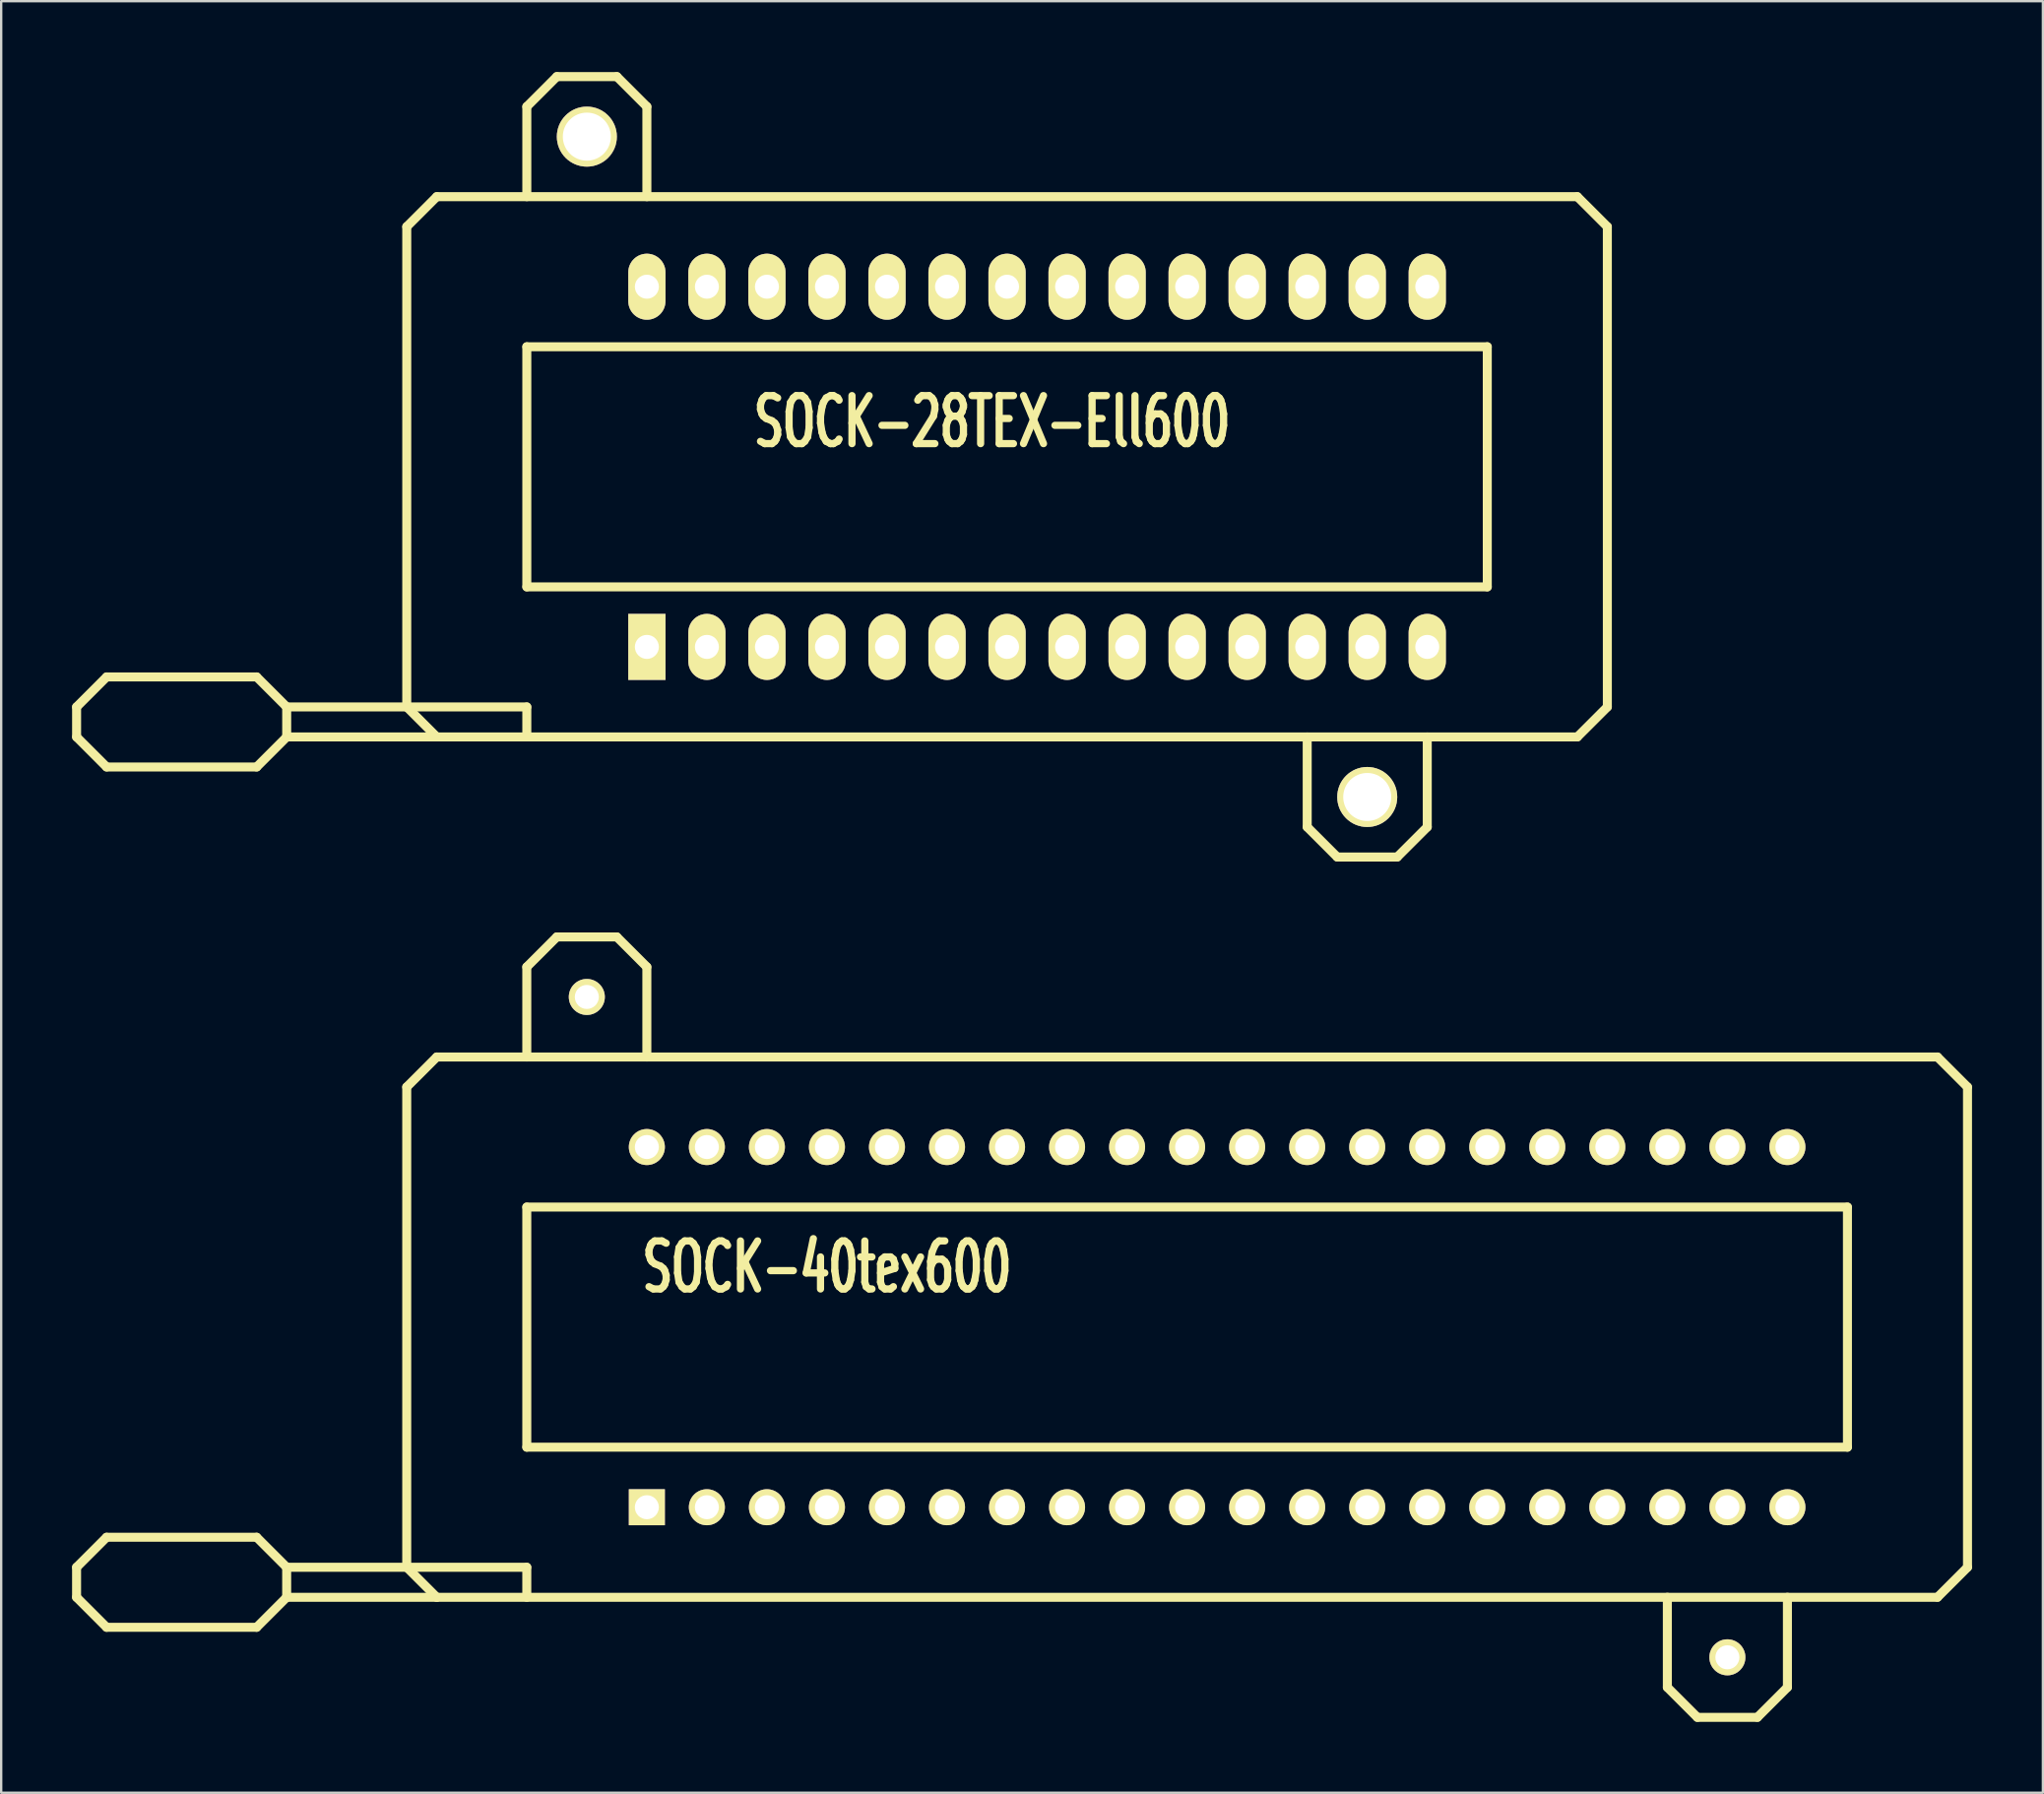
<source format=kicad_pcb>
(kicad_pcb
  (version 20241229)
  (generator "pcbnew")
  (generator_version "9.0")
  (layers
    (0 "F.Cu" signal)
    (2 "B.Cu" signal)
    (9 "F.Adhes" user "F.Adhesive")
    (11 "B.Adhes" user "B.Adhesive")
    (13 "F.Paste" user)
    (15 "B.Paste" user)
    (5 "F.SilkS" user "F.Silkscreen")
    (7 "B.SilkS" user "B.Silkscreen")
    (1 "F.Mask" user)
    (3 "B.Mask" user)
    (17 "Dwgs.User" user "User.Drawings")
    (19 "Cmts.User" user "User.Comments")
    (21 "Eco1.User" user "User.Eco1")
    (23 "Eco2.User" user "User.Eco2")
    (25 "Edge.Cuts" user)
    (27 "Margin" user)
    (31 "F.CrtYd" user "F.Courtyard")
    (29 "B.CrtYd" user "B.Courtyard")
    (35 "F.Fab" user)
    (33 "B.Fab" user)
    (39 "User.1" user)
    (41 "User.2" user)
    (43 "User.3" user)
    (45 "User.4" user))
  (footprint "SOCK-40tex600"
    (layer "F.Cu")
    (at 48.45 53.102)
    (property "Reference" "SOCK-40tex600" (at -16.51 -2.54 0) (layer "F.SilkS") (effects (font (size 2.032 1.27) (thickness 0.305))))
    (attr through_hole)
    (fp_line (start -48.26 10.16) (end -48.26 11.43) (stroke (width 0.381) (type solid)) (layer "F.SilkS"))
    (fp_line (start -48.26 11.43) (end -46.99 12.7) (stroke (width 0.381) (type solid)) (layer "F.SilkS"))
    (fp_line (start -46.99 8.89) (end -48.26 10.16) (stroke (width 0.381) (type solid)) (layer "F.SilkS"))
    (fp_line (start -46.99 12.7) (end -40.64 12.7) (stroke (width 0.381) (type solid)) (layer "F.SilkS"))
    (fp_line (start -40.64 8.89) (end -46.99 8.89) (stroke (width 0.381) (type solid)) (layer "F.SilkS"))
    (fp_line (start -40.64 12.7) (end -39.37 11.43) (stroke (width 0.381) (type solid)) (layer "F.SilkS"))
    (fp_line (start -39.37 10.16) (end -40.64 8.89) (stroke (width 0.381) (type solid)) (layer "F.SilkS"))
    (fp_line (start -39.37 10.16) (end -29.21 10.16) (stroke (width 0.381) (type solid)) (layer "F.SilkS"))
    (fp_line (start -39.37 11.43) (end -39.37 10.16) (stroke (width 0.381) (type solid)) (layer "F.SilkS"))
    (fp_line (start -39.37 11.43) (end -33.02 11.43) (stroke (width 0.381) (type solid)) (layer "F.SilkS"))
    (fp_line (start -34.29 -10.16) (end -33.02 -11.43) (stroke (width 0.381) (type solid)) (layer "F.SilkS"))
    (fp_line (start -34.29 10.16) (end -34.29 -10.16) (stroke (width 0.381) (type solid)) (layer "F.SilkS"))
    (fp_line (start -33.02 -11.43) (end 30.48 -11.43) (stroke (width 0.381) (type solid)) (layer "F.SilkS"))
    (fp_line (start -33.02 11.43) (end -34.29 10.16) (stroke (width 0.381) (type solid)) (layer "F.SilkS"))
    (fp_line (start -29.21 -15.24) (end -29.21 -11.43) (stroke (width 0.381) (type solid)) (layer "F.SilkS"))
    (fp_line (start -29.21 -5.08) (end 26.67 -5.08) (stroke (width 0.381) (type solid)) (layer "F.SilkS"))
    (fp_line (start -29.21 5.08) (end -29.21 -5.08) (stroke (width 0.381) (type solid)) (layer "F.SilkS"))
    (fp_line (start -29.21 10.16) (end -29.21 11.43) (stroke (width 0.381) (type solid)) (layer "F.SilkS"))
    (fp_line (start -27.94 -16.51) (end -29.21 -15.24) (stroke (width 0.381) (type solid)) (layer "F.SilkS"))
    (fp_line (start -25.4 -16.51) (end -27.94 -16.51) (stroke (width 0.381) (type solid)) (layer "F.SilkS"))
    (fp_line (start -24.13 -15.24) (end -25.4 -16.51) (stroke (width 0.381) (type solid)) (layer "F.SilkS"))
    (fp_line (start -24.13 -11.43) (end -24.13 -15.24) (stroke (width 0.381) (type solid)) (layer "F.SilkS"))
    (fp_line (start 19.05 15.24) (end 19.05 11.43) (stroke (width 0.381) (type solid)) (layer "F.SilkS"))
    (fp_line (start 20.32 16.51) (end 19.05 15.24) (stroke (width 0.381) (type solid)) (layer "F.SilkS"))
    (fp_line (start 22.86 16.51) (end 20.32 16.51) (stroke (width 0.381) (type solid)) (layer "F.SilkS"))
    (fp_line (start 24.13 11.43) (end 24.13 15.24) (stroke (width 0.381) (type solid)) (layer "F.SilkS"))
    (fp_line (start 24.13 15.24) (end 22.86 16.51) (stroke (width 0.381) (type solid)) (layer "F.SilkS"))
    (fp_line (start 26.67 -5.08) (end 26.67 5.08) (stroke (width 0.381) (type solid)) (layer "F.SilkS"))
    (fp_line (start 26.67 5.08) (end -29.21 5.08) (stroke (width 0.381) (type solid)) (layer "F.SilkS"))
    (fp_line (start 30.48 -11.43) (end 31.75 -10.16) (stroke (width 0.381) (type solid)) (layer "F.SilkS"))
    (fp_line (start 30.48 11.43) (end -33.02 11.43) (stroke (width 0.381) (type solid)) (layer "F.SilkS"))
    (fp_line (start 31.75 -10.16) (end 31.75 10.16) (stroke (width 0.381) (type solid)) (layer "F.SilkS"))
    (fp_line (start 31.75 10.16) (end 30.48 11.43) (stroke (width 0.381) (type solid)) (layer "F.SilkS"))
    (pad "1" thru_hole rect (at -24.13 7.62) (size 1.524 1.524) (drill 1.016) (layers "*.Cu" "*.Mask" "F.SilkS"))
    (pad "2" thru_hole circle (at -21.59 7.62) (size 1.524 1.524) (drill 1.016) (layers "*.Cu" "*.Mask" "F.SilkS"))
    (pad "3" thru_hole circle (at -19.05 7.62) (size 1.524 1.524) (drill 1.016) (layers "*.Cu" "*.Mask" "F.SilkS"))
    (pad "4" thru_hole circle (at -16.51 7.62) (size 1.524 1.524) (drill 1.016) (layers "*.Cu" "*.Mask" "F.SilkS"))
    (pad "5" thru_hole circle (at -13.97 7.62) (size 1.524 1.524) (drill 1.016) (layers "*.Cu" "*.Mask" "F.SilkS"))
    (pad "6" thru_hole circle (at -11.43 7.62) (size 1.524 1.524) (drill 1.016) (layers "*.Cu" "*.Mask" "F.SilkS"))
    (pad "7" thru_hole circle (at -8.89 7.62) (size 1.524 1.524) (drill 1.016) (layers "*.Cu" "*.Mask" "F.SilkS"))
    (pad "8" thru_hole circle (at -6.35 7.62) (size 1.524 1.524) (drill 1.016) (layers "*.Cu" "*.Mask" "F.SilkS"))
    (pad "9" thru_hole circle (at -3.81 7.62) (size 1.524 1.524) (drill 1.016) (layers "*.Cu" "*.Mask" "F.SilkS"))
    (pad "10" thru_hole circle (at -1.27 7.62) (size 1.524 1.524) (drill 1.016) (layers "*.Cu" "*.Mask" "F.SilkS"))
    (pad "11" thru_hole circle (at 1.27 7.62) (size 1.524 1.524) (drill 1.016) (layers "*.Cu" "*.Mask" "F.SilkS"))
    (pad "12" thru_hole circle (at 3.81 7.62) (size 1.524 1.524) (drill 1.016) (layers "*.Cu" "*.Mask" "F.SilkS"))
    (pad "13" thru_hole circle (at 6.35 7.62) (size 1.524 1.524) (drill 1.016) (layers "*.Cu" "*.Mask" "F.SilkS"))
    (pad "14" thru_hole circle (at 8.89 7.62) (size 1.524 1.524) (drill 1.016) (layers "*.Cu" "*.Mask" "F.SilkS"))
    (pad "15" thru_hole circle (at 11.43 7.62) (size 1.524 1.524) (drill 1.016) (layers "*.Cu" "*.Mask" "F.SilkS"))
    (pad "16" thru_hole circle (at 13.97 7.62) (size 1.524 1.524) (drill 1.016) (layers "*.Cu" "*.Mask" "F.SilkS"))
    (pad "17" thru_hole circle (at 16.51 7.62) (size 1.524 1.524) (drill 1.016) (layers "*.Cu" "*.Mask" "F.SilkS"))
    (pad "18" thru_hole circle (at 19.05 7.62) (size 1.524 1.524) (drill 1.016) (layers "*.Cu" "*.Mask" "F.SilkS"))
    (pad "19" thru_hole circle (at 21.59 7.62) (size 1.524 1.524) (drill 1.016) (layers "*.Cu" "*.Mask" "F.SilkS"))
    (pad "20" thru_hole circle (at 24.13 7.62) (size 1.524 1.524) (drill 1.016) (layers "*.Cu" "*.Mask" "F.SilkS"))
    (pad "21" thru_hole circle (at 24.13 -7.62) (size 1.524 1.524) (drill 1.016) (layers "*.Cu" "*.Mask" "F.SilkS"))
    (pad "22" thru_hole circle (at 21.59 -7.62) (size 1.524 1.524) (drill 1.016) (layers "*.Cu" "*.Mask" "F.SilkS"))
    (pad "23" thru_hole circle (at 19.05 -7.62) (size 1.524 1.524) (drill 1.016) (layers "*.Cu" "*.Mask" "F.SilkS"))
    (pad "24" thru_hole circle (at 16.51 -7.62) (size 1.524 1.524) (drill 1.016) (layers "*.Cu" "*.Mask" "F.SilkS"))
    (pad "25" thru_hole circle (at 13.97 -7.62) (size 1.524 1.524) (drill 1.016) (layers "*.Cu" "*.Mask" "F.SilkS"))
    (pad "26" thru_hole circle (at 11.43 -7.62) (size 1.524 1.524) (drill 1.016) (layers "*.Cu" "*.Mask" "F.SilkS"))
    (pad "27" thru_hole circle (at 8.89 -7.62) (size 1.524 1.524) (drill 1.016) (layers "*.Cu" "*.Mask" "F.SilkS"))
    (pad "28" thru_hole circle (at 6.35 -7.62) (size 1.524 1.524) (drill 1.016) (layers "*.Cu" "*.Mask" "F.SilkS"))
    (pad "29" thru_hole circle (at 3.81 -7.62) (size 1.524 1.524) (drill 1.016) (layers "*.Cu" "*.Mask" "F.SilkS"))
    (pad "30" thru_hole circle (at 1.27 -7.62) (size 1.524 1.524) (drill 1.016) (layers "*.Cu" "*.Mask" "F.SilkS"))
    (pad "31" thru_hole circle (at -1.27 -7.62) (size 1.524 1.524) (drill 1.016) (layers "*.Cu" "*.Mask" "F.SilkS"))
    (pad "32" thru_hole circle (at -3.81 -7.62) (size 1.524 1.524) (drill 1.016) (layers "*.Cu" "*.Mask" "F.SilkS"))
    (pad "33" thru_hole circle (at -6.35 -7.62) (size 1.524 1.524) (drill 1.016) (layers "*.Cu" "*.Mask" "F.SilkS"))
    (pad "34" thru_hole circle (at -8.89 -7.62) (size 1.524 1.524) (drill 1.016) (layers "*.Cu" "*.Mask" "F.SilkS"))
    (pad "35" thru_hole circle (at -11.43 -7.62) (size 1.524 1.524) (drill 1.016) (layers "*.Cu" "*.Mask" "F.SilkS"))
    (pad "36" thru_hole circle (at -13.97 -7.62) (size 1.524 1.524) (drill 1.016) (layers "*.Cu" "*.Mask" "F.SilkS"))
    (pad "37" thru_hole circle (at -16.51 -7.62) (size 1.524 1.524) (drill 1.016) (layers "*.Cu" "*.Mask" "F.SilkS"))
    (pad "38" thru_hole circle (at -19.05 -7.62) (size 1.524 1.524) (drill 1.016) (layers "*.Cu" "*.Mask" "F.SilkS"))
    (pad "39" thru_hole circle (at -21.59 -7.62) (size 1.524 1.524) (drill 1.016) (layers "*.Cu" "*.Mask" "F.SilkS"))
    (pad "40" thru_hole circle (at -24.13 -7.62) (size 1.524 1.524) (drill 1.016) (layers "*.Cu" "*.Mask" "F.SilkS"))
    (pad "HOLE" thru_hole circle (at -26.67 -13.97) (size 1.524 1.524) (drill 1.016) (layers "*.Cu" "*.Mask" "F.SilkS"))
    (pad "HOLE" thru_hole circle (at 21.59 13.97) (size 1.524 1.524) (drill 1.016) (layers "*.Cu" "*.Mask" "F.SilkS")))
  (footprint "SOCK-28TEX-Ell600"
    (layer "F.Cu")
    (at 40.831 16.701)
    (property "Reference" "SOCK-28TEX-Ell600" (at -1.905 -1.905 0) (layer "F.SilkS") (effects (font (size 2.032 1.27) (thickness 0.305))))
    (attr through_hole)
    (fp_line (start -40.64 10.16) (end -40.64 11.43) (stroke (width 0.381) (type solid)) (layer "F.SilkS"))
    (fp_line (start -40.64 11.43) (end -39.37 12.7) (stroke (width 0.381) (type solid)) (layer "F.SilkS"))
    (fp_line (start -39.37 8.89) (end -40.64 10.16) (stroke (width 0.381) (type solid)) (layer "F.SilkS"))
    (fp_line (start -39.37 12.7) (end -33.02 12.7) (stroke (width 0.381) (type solid)) (layer "F.SilkS"))
    (fp_line (start -33.02 8.89) (end -39.37 8.89) (stroke (width 0.381) (type solid)) (layer "F.SilkS"))
    (fp_line (start -33.02 12.7) (end -31.75 11.43) (stroke (width 0.381) (type solid)) (layer "F.SilkS"))
    (fp_line (start -31.75 10.16) (end -33.02 8.89) (stroke (width 0.381) (type solid)) (layer "F.SilkS"))
    (fp_line (start -31.75 10.16) (end -21.59 10.16) (stroke (width 0.381) (type solid)) (layer "F.SilkS"))
    (fp_line (start -31.75 11.43) (end -31.75 10.16) (stroke (width 0.381) (type solid)) (layer "F.SilkS"))
    (fp_line (start -31.75 11.43) (end -25.4 11.43) (stroke (width 0.381) (type solid)) (layer "F.SilkS"))
    (fp_line (start -26.67 -10.16) (end -26.67 10.16) (stroke (width 0.381) (type solid)) (layer "F.SilkS"))
    (fp_line (start -26.67 10.16) (end -25.4 11.43) (stroke (width 0.381) (type solid)) (layer "F.SilkS"))
    (fp_line (start -25.4 -11.43) (end -26.67 -10.16) (stroke (width 0.381) (type solid)) (layer "F.SilkS"))
    (fp_line (start -25.4 11.43) (end 22.86 11.43) (stroke (width 0.381) (type solid)) (layer "F.SilkS"))
    (fp_line (start -21.59 -15.24) (end -21.59 -11.43) (stroke (width 0.381) (type solid)) (layer "F.SilkS"))
    (fp_line (start -21.59 -5.08) (end -21.59 5.08) (stroke (width 0.381) (type solid)) (layer "F.SilkS"))
    (fp_line (start -21.59 5.08) (end 19.05 5.08) (stroke (width 0.381) (type solid)) (layer "F.SilkS"))
    (fp_line (start -21.59 10.16) (end -21.59 11.43) (stroke (width 0.381) (type solid)) (layer "F.SilkS"))
    (fp_line (start -20.32 -16.51) (end -21.59 -15.24) (stroke (width 0.381) (type solid)) (layer "F.SilkS"))
    (fp_line (start -17.78 -16.51) (end -20.32 -16.51) (stroke (width 0.381) (type solid)) (layer "F.SilkS"))
    (fp_line (start -16.51 -15.24) (end -17.78 -16.51) (stroke (width 0.381) (type solid)) (layer "F.SilkS"))
    (fp_line (start -16.51 -11.43) (end -16.51 -15.24) (stroke (width 0.381) (type solid)) (layer "F.SilkS"))
    (fp_line (start 11.43 15.24) (end 11.43 11.43) (stroke (width 0.381) (type solid)) (layer "F.SilkS"))
    (fp_line (start 12.7 16.51) (end 11.43 15.24) (stroke (width 0.381) (type solid)) (layer "F.SilkS"))
    (fp_line (start 15.24 16.51) (end 12.7 16.51) (stroke (width 0.381) (type solid)) (layer "F.SilkS"))
    (fp_line (start 16.51 11.43) (end 16.51 15.24) (stroke (width 0.381) (type solid)) (layer "F.SilkS"))
    (fp_line (start 16.51 15.24) (end 15.24 16.51) (stroke (width 0.381) (type solid)) (layer "F.SilkS"))
    (fp_line (start 19.05 -5.08) (end -21.59 -5.08) (stroke (width 0.381) (type solid)) (layer "F.SilkS"))
    (fp_line (start 19.05 5.08) (end 19.05 -5.08) (stroke (width 0.381) (type solid)) (layer "F.SilkS"))
    (fp_line (start 22.86 -11.43) (end -25.4 -11.43) (stroke (width 0.381) (type solid)) (layer "F.SilkS"))
    (fp_line (start 22.86 11.43) (end 24.13 10.16) (stroke (width 0.381) (type solid)) (layer "F.SilkS"))
    (fp_line (start 24.13 -10.16) (end 22.86 -11.43) (stroke (width 0.381) (type solid)) (layer "F.SilkS"))
    (fp_line (start 24.13 10.16) (end 24.13 -10.16) (stroke (width 0.381) (type solid)) (layer "F.SilkS"))
    (pad "1" thru_hole rect (at -16.51 7.62) (size 1.575 2.794) (drill 1.016) (layers "*.Cu" "*.Mask" "F.SilkS"))
    (pad "2" thru_hole oval (at -13.97 7.62) (size 1.575 2.794) (drill 1.016) (layers "*.Cu" "*.Mask" "F.SilkS"))
    (pad "3" thru_hole oval (at -11.43 7.62) (size 1.575 2.794) (drill 1.016) (layers "*.Cu" "*.Mask" "F.SilkS"))
    (pad "4" thru_hole oval (at -8.89 7.62) (size 1.575 2.794) (drill 1.016) (layers "*.Cu" "*.Mask" "F.SilkS"))
    (pad "5" thru_hole oval (at -6.35 7.62) (size 1.575 2.794) (drill 1.016) (layers "*.Cu" "*.Mask" "F.SilkS"))
    (pad "6" thru_hole oval (at -3.81 7.62) (size 1.575 2.794) (drill 1.016) (layers "*.Cu" "*.Mask" "F.SilkS"))
    (pad "7" thru_hole oval (at -1.27 7.62) (size 1.575 2.794) (drill 1.016) (layers "*.Cu" "*.Mask" "F.SilkS"))
    (pad "8" thru_hole oval (at 1.27 7.62) (size 1.575 2.794) (drill 1.016) (layers "*.Cu" "*.Mask" "F.SilkS"))
    (pad "9" thru_hole oval (at 3.81 7.62) (size 1.575 2.794) (drill 1.016) (layers "*.Cu" "*.Mask" "F.SilkS"))
    (pad "10" thru_hole oval (at 6.35 7.62) (size 1.575 2.794) (drill 1.016) (layers "*.Cu" "*.Mask" "F.SilkS"))
    (pad "11" thru_hole oval (at 8.89 7.62) (size 1.575 2.794) (drill 1.016) (layers "*.Cu" "*.Mask" "F.SilkS"))
    (pad "12" thru_hole oval (at 11.43 7.62) (size 1.575 2.794) (drill 1.016) (layers "*.Cu" "*.Mask" "F.SilkS"))
    (pad "13" thru_hole oval (at 13.97 7.62) (size 1.575 2.794) (drill 1.016) (layers "*.Cu" "*.Mask" "F.SilkS"))
    (pad "14" thru_hole oval (at 16.51 7.62) (size 1.575 2.794) (drill 1.016) (layers "*.Cu" "*.Mask" "F.SilkS"))
    (pad "15" thru_hole oval (at 16.51 -7.62) (size 1.575 2.794) (drill 1.016) (layers "*.Cu" "*.Mask" "F.SilkS"))
    (pad "16" thru_hole oval (at 13.97 -7.62) (size 1.575 2.794) (drill 1.016) (layers "*.Cu" "*.Mask" "F.SilkS"))
    (pad "17" thru_hole oval (at 11.43 -7.62) (size 1.575 2.794) (drill 1.016) (layers "*.Cu" "*.Mask" "F.SilkS"))
    (pad "18" thru_hole oval (at 8.89 -7.62) (size 1.575 2.794) (drill 1.016) (layers "*.Cu" "*.Mask" "F.SilkS"))
    (pad "19" thru_hole oval (at 6.35 -7.62) (size 1.575 2.794) (drill 1.016) (layers "*.Cu" "*.Mask" "F.SilkS"))
    (pad "20" thru_hole oval (at 3.81 -7.62) (size 1.575 2.794) (drill 1.016) (layers "*.Cu" "*.Mask" "F.SilkS"))
    (pad "21" thru_hole oval (at 1.27 -7.62) (size 1.575 2.794) (drill 1.016) (layers "*.Cu" "*.Mask" "F.SilkS"))
    (pad "22" thru_hole oval (at -1.27 -7.62) (size 1.575 2.794) (drill 1.016) (layers "*.Cu" "*.Mask" "F.SilkS"))
    (pad "23" thru_hole oval (at -3.81 -7.62) (size 1.575 2.794) (drill 1.016) (layers "*.Cu" "*.Mask" "F.SilkS"))
    (pad "24" thru_hole oval (at -6.35 -7.62) (size 1.575 2.794) (drill 1.016) (layers "*.Cu" "*.Mask" "F.SilkS"))
    (pad "25" thru_hole oval (at -8.89 -7.62) (size 1.575 2.794) (drill 1.016) (layers "*.Cu" "*.Mask" "F.SilkS"))
    (pad "26" thru_hole oval (at -11.43 -7.62) (size 1.575 2.794) (drill 1.016) (layers "*.Cu" "*.Mask" "F.SilkS"))
    (pad "27" thru_hole oval (at -13.97 -7.62) (size 1.575 2.794) (drill 1.016) (layers "*.Cu" "*.Mask" "F.SilkS"))
    (pad "28" thru_hole oval (at -16.51 -7.62) (size 1.575 2.794) (drill 1.016) (layers "*.Cu" "*.Mask" "F.SilkS"))
    (pad "HOLE" thru_hole circle (at -19.05 -13.97) (size 2.54 2.54) (drill 2.032) (layers "*.Cu" "*.Mask" "F.SilkS"))
    (pad "HOLE" thru_hole circle (at 13.97 13.97) (size 2.54 2.54) (drill 2.032) (layers "*.Cu" "*.Mask" "F.SilkS")))
  (gr_rect
    (start -3 -3)
    (end 83.391 72.802)
    (stroke (width 0.1) (type default))
    (fill no)
    (layer "Edge.Cuts")))
</source>
